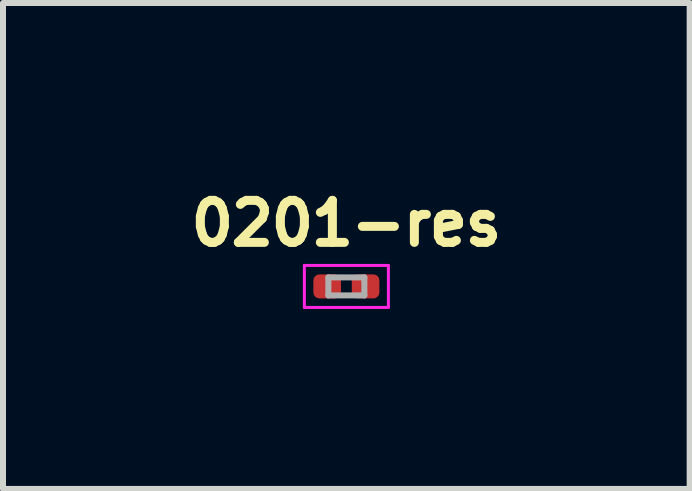
<source format=kicad_pcb>
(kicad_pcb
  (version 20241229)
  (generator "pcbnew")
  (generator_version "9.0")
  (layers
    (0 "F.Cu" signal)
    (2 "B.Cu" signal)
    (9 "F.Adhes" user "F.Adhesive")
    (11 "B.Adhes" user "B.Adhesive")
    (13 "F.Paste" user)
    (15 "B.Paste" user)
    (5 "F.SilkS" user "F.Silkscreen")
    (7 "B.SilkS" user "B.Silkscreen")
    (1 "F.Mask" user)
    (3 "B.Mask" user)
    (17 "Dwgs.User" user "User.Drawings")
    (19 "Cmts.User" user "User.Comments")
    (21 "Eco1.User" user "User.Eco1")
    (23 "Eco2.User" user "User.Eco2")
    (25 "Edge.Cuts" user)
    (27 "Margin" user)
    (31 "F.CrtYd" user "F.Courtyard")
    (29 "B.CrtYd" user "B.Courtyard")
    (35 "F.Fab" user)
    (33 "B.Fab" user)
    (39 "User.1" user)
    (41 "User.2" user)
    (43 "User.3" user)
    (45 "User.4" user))
  (footprint "0201-res"
    (layer "F.Cu")
    (at 2.722 1.723)
    (property "Reference" "0201-res" (at 0 -1.05 0) (layer "F.SilkS") (effects (font (size 0.7 0.7) (thickness 0.15))))
    (attr smd)
    (fp_line (start -0.7 -0.35) (end 0.7 -0.35) (stroke (width 0.05) (type solid)) (layer "F.CrtYd"))
    (fp_line (start -0.7 0.35) (end -0.7 -0.35) (stroke (width 0.05) (type solid)) (layer "F.CrtYd"))
    (fp_line (start 0.7 -0.35) (end 0.7 0.35) (stroke (width 0.05) (type solid)) (layer "F.CrtYd"))
    (fp_line (start 0.7 0.35) (end -0.7 0.35) (stroke (width 0.05) (type solid)) (layer "F.CrtYd"))
    (fp_line (start -0.3 -0.15) (end 0.3 -0.15) (stroke (width 0.1) (type solid)) (layer "F.Fab"))
    (fp_line (start -0.3 0.15) (end -0.3 -0.15) (stroke (width 0.1) (type solid)) (layer "F.Fab"))
    (fp_line (start 0.3 -0.15) (end 0.3 0.15) (stroke (width 0.1) (type solid)) (layer "F.Fab"))
    (fp_line (start 0.3 0.15) (end -0.3 0.15) (stroke (width 0.1) (type solid)) (layer "F.Fab"))
    (pad "" smd roundrect (at -0.345 0) (size 0.318 0.36) (layers "F.Paste") (roundrect_rratio 0.25))
    (pad "" smd roundrect (at 0.345 0) (size 0.318 0.36) (layers "F.Paste") (roundrect_rratio 0.25))
    (pad "1" smd roundrect (at -0.32 0) (size 0.46 0.4) (layers "F.Cu" "F.Mask") (roundrect_rratio 0.25))
    (pad "2" smd roundrect (at 0.32 0) (size 0.46 0.4) (layers "F.Cu" "F.Mask") (roundrect_rratio 0.25)))
  (gr_rect
    (start -3 -3)
    (end 8.443 5.098)
    (stroke (width 0.1) (type default))
    (fill no)
    (layer "Edge.Cuts")))
</source>
